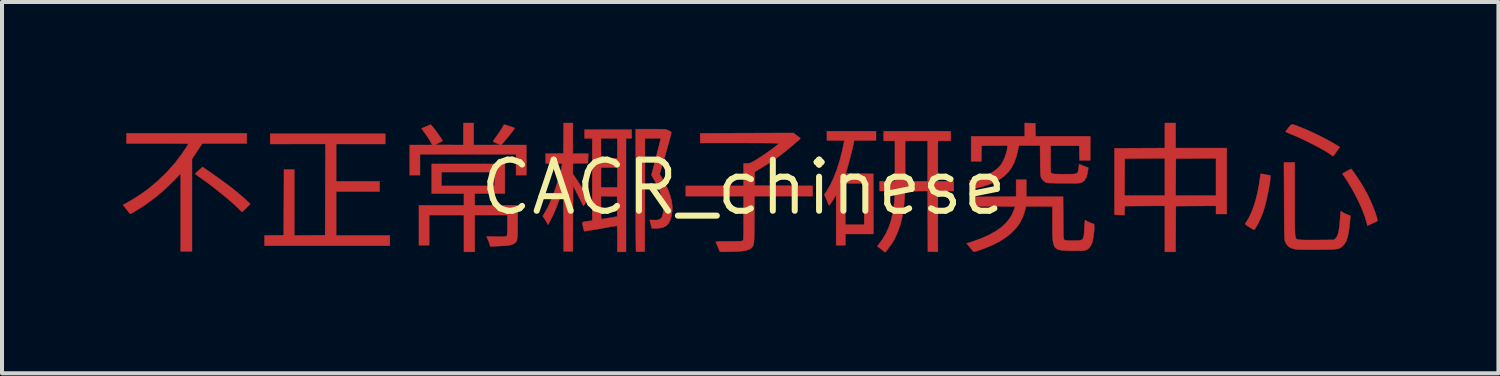
<source format=kicad_pcb>
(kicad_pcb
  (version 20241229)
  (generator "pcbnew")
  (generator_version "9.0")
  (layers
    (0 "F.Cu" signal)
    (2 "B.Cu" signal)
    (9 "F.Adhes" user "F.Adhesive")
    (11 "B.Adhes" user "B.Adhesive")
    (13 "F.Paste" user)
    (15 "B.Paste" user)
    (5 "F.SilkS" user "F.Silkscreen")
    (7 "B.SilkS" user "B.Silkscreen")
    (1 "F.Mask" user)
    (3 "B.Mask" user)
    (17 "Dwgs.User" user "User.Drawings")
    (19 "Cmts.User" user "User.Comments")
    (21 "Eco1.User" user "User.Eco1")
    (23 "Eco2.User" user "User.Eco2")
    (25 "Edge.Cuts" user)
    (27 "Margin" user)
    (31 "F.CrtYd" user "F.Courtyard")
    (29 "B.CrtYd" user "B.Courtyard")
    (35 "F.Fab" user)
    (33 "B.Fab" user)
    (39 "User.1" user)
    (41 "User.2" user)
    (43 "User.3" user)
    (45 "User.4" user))
  (footprint "CACR_chinese"
    (layer "F.Cu")
    (at 15.422 1.606)
    (property "Reference" "CACR_chinese" (at 0 0 0) (layer "F.SilkS") (effects (font (size 1.27 1.27) (thickness 0.15))))
    (attr through_hole)
    (fp_poly (pts (xy -8.903 -1.079) (xy -10.122 -1.079) (xy -10.122 -0.152) (xy -9.042 -0.152) (xy -9.042 0.102) (xy -10.122 0.102) (xy -10.122 1.194) (xy -8.788 1.194) (xy -8.788 1.448) (xy -11.9 1.448) (xy -11.9 1.194) (xy -11.424 1.187) (xy -11.42 0.371) (xy -11.417 -0.445) (xy -11.29 -0.445) (xy -11.163 -0.445) (xy -11.163 1.194) (xy -10.395 1.187) (xy -10.392 0.054) (xy -10.388 -1.08) (xy -11.074 -1.08) (xy -11.76 -1.079) (xy -11.76 -1.333) (xy -8.903 -1.333) (xy -8.903 -1.079)) (stroke (width 0.01) (type solid)) (fill yes) (layer "F.Cu"))
    (fp_poly (pts (xy -13.226 -0.36) (xy -13.042 -0.231) (xy -12.869 -0.105) (xy -12.71 0.016) (xy -12.567 0.131) (xy -12.442 0.237) (xy -12.347 0.323) (xy -12.254 0.411) (xy -12.353 0.51) (xy -12.393 0.55) (xy -12.427 0.582) (xy -12.45 0.602) (xy -12.458 0.608) (xy -12.47 0.599) (xy -12.495 0.576) (xy -12.53 0.542) (xy -12.56 0.512) (xy -12.636 0.44) (xy -12.729 0.357) (xy -12.836 0.266) (xy -12.952 0.17) (xy -13.075 0.072) (xy -13.2 -0.026) (xy -13.323 -0.119) (xy -13.441 -0.205) (xy -13.529 -0.266) (xy -13.57 -0.296) (xy -13.602 -0.321) (xy -13.619 -0.338) (xy -13.621 -0.343) (xy -13.609 -0.355) (xy -13.583 -0.38) (xy -13.547 -0.413) (xy -13.527 -0.43) (xy -13.44 -0.508) (xy -13.226 -0.36)) (stroke (width 0.01) (type solid)) (fill yes) (layer "F.Cu"))
    (fp_poly (pts (xy 10.732 -0.978) (xy 12.002 -0.978) (xy 12.002 0.66) (xy 11.735 0.66) (xy 11.735 0.457) (xy 11.236 0.46) (xy 10.738 0.464) (xy 10.731 1.6) (xy 10.465 1.6) (xy 10.465 0.457) (xy 9.966 0.46) (xy 9.468 0.464) (xy 9.464 0.575) (xy 9.46 0.687) (xy 9.337 0.683) (xy 9.214 0.679) (xy 9.214 0.203) (xy 9.461 0.203) (xy 10.465 0.203) (xy 10.731 0.203) (xy 11.735 0.203) (xy 11.735 -0.724) (xy 11.236 -0.721) (xy 10.738 -0.718) (xy 10.735 -0.257) (xy 10.731 0.203) (xy 10.465 0.203) (xy 10.465 -0.724) (xy 9.966 -0.721) (xy 9.468 -0.718) (xy 9.465 -0.257) (xy 9.461 0.203) (xy 9.214 0.203) (xy 9.214 -0.972) (xy 10.465 -0.978) (xy 10.465 -1.6) (xy 10.732 -1.6) (xy 10.732 -0.978)) (stroke (width 0.01) (type solid)) (fill yes) (layer "F.Cu"))
    (fp_poly (pts (xy 15.122 -0.424) (xy 15.152 -0.385) (xy 15.191 -0.33) (xy 15.235 -0.264) (xy 15.283 -0.193) (xy 15.328 -0.122) (xy 15.369 -0.057) (xy 15.391 -0.021) (xy 15.505 0.189) (xy 15.605 0.403) (xy 15.687 0.613) (xy 15.709 0.68) (xy 15.729 0.742) (xy 15.741 0.785) (xy 15.746 0.813) (xy 15.743 0.83) (xy 15.733 0.84) (xy 15.719 0.848) (xy 15.695 0.859) (xy 15.655 0.878) (xy 15.606 0.9) (xy 15.593 0.906) (xy 15.496 0.951) (xy 15.481 0.885) (xy 15.447 0.767) (xy 15.4 0.633) (xy 15.341 0.489) (xy 15.272 0.338) (xy 15.196 0.186) (xy 15.114 0.036) (xy 15.029 -0.107) (xy 14.978 -0.187) (xy 14.874 -0.342) (xy 14.927 -0.373) (xy 14.973 -0.398) (xy 15.023 -0.425) (xy 15.036 -0.432) (xy 15.093 -0.46) (xy 15.122 -0.424)) (stroke (width 0.01) (type solid)) (fill yes) (layer "F.Cu"))
    (fp_poly (pts (xy 13.662 -1.56) (xy 13.705 -1.546) (xy 13.765 -1.523) (xy 13.817 -1.502) (xy 13.953 -1.446) (xy 14.098 -1.382) (xy 14.246 -1.312) (xy 14.393 -1.239) (xy 14.532 -1.165) (xy 14.658 -1.095) (xy 14.756 -1.036) (xy 14.81 -1.002) (xy 14.762 -0.936) (xy 14.73 -0.892) (xy 14.699 -0.847) (xy 14.682 -0.823) (xy 14.661 -0.794) (xy 14.646 -0.777) (xy 14.643 -0.775) (xy 14.63 -0.782) (xy 14.605 -0.8) (xy 14.596 -0.807) (xy 14.543 -0.845) (xy 14.47 -0.891) (xy 14.381 -0.943) (xy 14.28 -0.999) (xy 14.17 -1.057) (xy 14.055 -1.116) (xy 13.94 -1.172) (xy 13.827 -1.225) (xy 13.72 -1.273) (xy 13.623 -1.313) (xy 13.617 -1.316) (xy 13.56 -1.339) (xy 13.513 -1.36) (xy 13.48 -1.376) (xy 13.465 -1.386) (xy 13.465 -1.387) (xy 13.474 -1.401) (xy 13.495 -1.43) (xy 13.524 -1.468) (xy 13.538 -1.486) (xy 13.566 -1.521) (xy 13.587 -1.545) (xy 13.608 -1.56) (xy 13.631 -1.565) (xy 13.662 -1.56)) (stroke (width 0.01) (type solid)) (fill yes) (layer "F.Cu"))
    (fp_poly (pts (xy 12.858 -0.338) (xy 12.89 -0.334) (xy 12.936 -0.326) (xy 12.967 -0.32) (xy 13.087 -0.297) (xy 13.084 -0.234) (xy 13.076 -0.152) (xy 13.061 -0.052) (xy 13.041 0.061) (xy 13.017 0.181) (xy 12.99 0.302) (xy 12.961 0.419) (xy 12.932 0.525) (xy 12.903 0.615) (xy 12.901 0.619) (xy 12.875 0.689) (xy 12.844 0.762) (xy 12.811 0.834) (xy 12.778 0.902) (xy 12.746 0.961) (xy 12.717 1.009) (xy 12.694 1.041) (xy 12.678 1.053) (xy 12.677 1.053) (xy 12.663 1.046) (xy 12.633 1.029) (xy 12.592 1.003) (xy 12.564 0.986) (xy 12.519 0.957) (xy 12.484 0.933) (xy 12.463 0.915) (xy 12.459 0.91) (xy 12.465 0.895) (xy 12.482 0.866) (xy 12.495 0.847) (xy 12.558 0.741) (xy 12.618 0.613) (xy 12.673 0.467) (xy 12.723 0.306) (xy 12.766 0.133) (xy 12.801 -0.048) (xy 12.816 -0.145) (xy 12.826 -0.211) (xy 12.834 -0.268) (xy 12.841 -0.311) (xy 12.845 -0.335) (xy 12.845 -0.339) (xy 12.858 -0.338)) (stroke (width 0.01) (type solid)) (fill yes) (layer "F.Cu"))
    (fp_poly (pts (xy -12.344 -1.092) (xy -13.448 -1.092) (xy -13.575 -0.899) (xy -13.703 -0.705) (xy -13.703 1.587) (xy -13.983 1.587) (xy -13.983 -0.346) (xy -14.126 -0.196) (xy -14.354 0.027) (xy -14.597 0.234) (xy -14.851 0.423) (xy -15.113 0.59) (xy -15.169 0.622) (xy -15.209 0.644) (xy -15.233 0.654) (xy -15.247 0.653) (xy -15.255 0.643) (xy -15.268 0.625) (xy -15.292 0.592) (xy -15.324 0.55) (xy -15.342 0.528) (xy -15.417 0.433) (xy -15.315 0.38) (xy -15.251 0.344) (xy -15.172 0.296) (xy -15.084 0.24) (xy -14.993 0.181) (xy -14.905 0.12) (xy -14.826 0.064) (xy -14.776 0.026) (xy -14.547 -0.167) (xy -14.331 -0.376) (xy -14.134 -0.597) (xy -13.957 -0.828) (xy -13.858 -0.974) (xy -13.83 -1.019) (xy -13.808 -1.056) (xy -13.795 -1.08) (xy -13.792 -1.085) (xy -13.805 -1.086) (xy -13.84 -1.088) (xy -13.897 -1.089) (xy -13.972 -1.09) (xy -14.064 -1.091) (xy -14.171 -1.091) (xy -14.29 -1.092) (xy -14.418 -1.092) (xy -14.555 -1.092) (xy -15.329 -1.092) (xy -15.329 -1.346) (xy -12.344 -1.346) (xy -12.344 -1.092)) (stroke (width 0.01) (type solid)) (fill yes) (layer "F.Cu"))
    (fp_poly (pts (xy 5.144 -1.156) (xy 4.826 -1.156) (xy 4.826 -0.152) (xy 5.22 -0.152) (xy 5.22 0.089) (xy 4.826 0.089) (xy 4.826 1.601) (xy 4.702 1.597) (xy 4.578 1.594) (xy 4.572 0.088) (xy 4.007 0.095) (xy 3.998 0.278) (xy 3.978 0.507) (xy 3.942 0.726) (xy 3.891 0.93) (xy 3.825 1.119) (xy 3.746 1.289) (xy 3.721 1.334) (xy 3.699 1.368) (xy 3.67 1.412) (xy 3.636 1.459) (xy 3.601 1.507) (xy 3.568 1.551) (xy 3.54 1.586) (xy 3.521 1.607) (xy 3.515 1.612) (xy 3.504 1.604) (xy 3.48 1.584) (xy 3.448 1.558) (xy 3.409 1.527) (xy 3.373 1.499) (xy 3.353 1.484) (xy 3.321 1.463) (xy 3.35 1.427) (xy 3.448 1.29) (xy 3.532 1.151) (xy 3.6 1.006) (xy 3.655 0.852) (xy 3.697 0.685) (xy 3.728 0.501) (xy 3.749 0.299) (xy 3.754 0.232) (xy 3.763 0.089) (xy 3.378 0.089) (xy 3.378 -0.152) (xy 3.759 -0.152) (xy 3.759 -1.156) (xy 4.013 -1.156) (xy 4.013 -0.152) (xy 4.572 -0.152) (xy 4.572 -1.156) (xy 4.013 -1.156) (xy 3.759 -1.156) (xy 3.48 -1.156) (xy 3.48 -1.397) (xy 5.144 -1.397) (xy 5.144 -1.156)) (stroke (width 0.01) (type solid)) (fill yes) (layer "F.Cu"))
    (fp_poly (pts (xy -5.931 0.152) (xy -6.68 0.152) (xy -6.68 0.445) (xy -5.613 0.445) (xy -5.613 0.86) (xy -5.614 0.983) (xy -5.614 1.083) (xy -5.616 1.162) (xy -5.619 1.225) (xy -5.624 1.273) (xy -5.631 1.309) (xy -5.641 1.336) (xy -5.655 1.356) (xy -5.671 1.372) (xy -5.692 1.388) (xy -5.7 1.393) (xy -5.734 1.411) (xy -5.777 1.426) (xy -5.831 1.438) (xy -5.901 1.446) (xy -5.99 1.453) (xy -6.084 1.457) (xy -6.293 1.464) (xy -6.317 1.389) (xy -6.334 1.339) (xy -6.353 1.292) (xy -6.364 1.267) (xy -6.388 1.22) (xy -6.149 1.223) (xy -6.06 1.223) (xy -5.993 1.223) (xy -5.945 1.221) (xy -5.914 1.217) (xy -5.895 1.212) (xy -5.888 1.208) (xy -5.881 1.199) (xy -5.876 1.184) (xy -5.872 1.16) (xy -5.869 1.122) (xy -5.868 1.068) (xy -5.867 0.994) (xy -5.867 0.938) (xy -5.867 0.686) (xy -6.68 0.686) (xy -6.68 1.6) (xy -6.947 1.6) (xy -6.947 0.686) (xy -7.811 0.686) (xy -7.811 1.435) (xy -8.065 1.435) (xy -8.065 0.445) (xy -6.947 0.445) (xy -6.947 0.152) (xy -7.747 0.152) (xy -7.747 -0.381) (xy -7.506 -0.381) (xy -7.506 -0.038) (xy -6.185 -0.038) (xy -6.185 -0.381) (xy -7.506 -0.381) (xy -7.747 -0.381) (xy -7.747 -0.584) (xy -5.931 -0.584) (xy -5.931 0.152)) (stroke (width 0.01) (type solid)) (fill yes) (layer "F.Cu"))
    (fp_poly (pts (xy -4.242 -0.838) (xy -4.051 -0.838) (xy -3.86 -0.838) (xy -3.863 -0.721) (xy -3.867 -0.603) (xy -4.054 -0.6) (xy -4.242 -0.596) (xy -4.242 -0.336) (xy -4.182 -0.248) (xy -4.124 -0.161) (xy -4.068 -0.076) (xy -4.016 0.007) (xy -3.968 0.084) (xy -3.926 0.152) (xy -3.893 0.209) (xy -3.87 0.251) (xy -3.858 0.277) (xy -3.857 0.284) (xy -3.868 0.301) (xy -3.889 0.332) (xy -3.917 0.372) (xy -3.922 0.379) (xy -3.979 0.46) (xy -4.235 -0.044) (xy -4.239 0.772) (xy -4.242 1.587) (xy -4.47 1.587) (xy -4.477 -0.006) (xy -4.532 0.165) (xy -4.595 0.348) (xy -4.661 0.52) (xy -4.729 0.677) (xy -4.784 0.789) (xy -4.855 0.927) (xy -4.899 0.854) (xy -4.925 0.81) (xy -4.951 0.77) (xy -4.967 0.747) (xy -4.991 0.712) (xy -4.948 0.645) (xy -4.888 0.539) (xy -4.825 0.412) (xy -4.763 0.267) (xy -4.702 0.107) (xy -4.644 -0.063) (xy -4.59 -0.241) (xy -4.547 -0.4) (xy -4.532 -0.461) (xy -4.52 -0.514) (xy -4.512 -0.553) (xy -4.509 -0.574) (xy -4.509 -0.575) (xy -4.511 -0.583) (xy -4.519 -0.589) (xy -4.537 -0.593) (xy -4.569 -0.595) (xy -4.618 -0.597) (xy -4.688 -0.597) (xy -4.712 -0.597) (xy -4.915 -0.597) (xy -4.915 -0.838) (xy -4.696 -0.841) (xy -4.477 -0.845) (xy -4.473 -1.222) (xy -4.47 -1.6) (xy -4.242 -1.6) (xy -4.242 -0.838)) (stroke (width 0.01) (type solid)) (fill yes) (layer "F.Cu"))
    (fp_poly (pts (xy 3.289 -1.168) (xy 3.018 -1.168) (xy 2.746 -1.168) (xy 2.738 -1.121) (xy 2.729 -1.079) (xy 2.715 -1.018) (xy 2.697 -0.942) (xy 2.677 -0.858) (xy 2.654 -0.77) (xy 2.632 -0.684) (xy 2.611 -0.604) (xy 2.592 -0.537) (xy 2.579 -0.491) (xy 2.563 -0.437) (xy 2.55 -0.393) (xy 2.542 -0.363) (xy 2.54 -0.354) (xy 2.552 -0.351) (xy 2.586 -0.348) (xy 2.64 -0.346) (xy 2.708 -0.343) (xy 2.789 -0.341) (xy 2.879 -0.34) (xy 2.88 -0.34) (xy 3.219 -0.337) (xy 3.223 0.41) (xy 3.226 1.156) (xy 2.527 1.156) (xy 2.527 1.435) (xy 2.299 1.435) (xy 2.299 0.184) (xy 2.253 0.26) (xy 2.21 0.329) (xy 2.173 0.385) (xy 2.145 0.423) (xy 2.126 0.443) (xy 2.122 0.445) (xy 2.111 0.434) (xy 2.102 0.41) (xy 2.093 0.383) (xy 2.076 0.341) (xy 2.055 0.292) (xy 2.049 0.278) (xy 2.004 0.18) (xy 2.054 0.106) (xy 2.147 -0.051) (xy 2.172 -0.102) (xy 2.527 -0.102) (xy 2.527 0.927) (xy 2.997 0.927) (xy 2.997 -0.102) (xy 2.527 -0.102) (xy 2.172 -0.102) (xy 2.234 -0.231) (xy 2.313 -0.432) (xy 2.384 -0.652) (xy 2.445 -0.891) (xy 2.469 -1) (xy 2.482 -1.06) (xy 2.492 -1.11) (xy 2.499 -1.146) (xy 2.502 -1.162) (xy 2.502 -1.162) (xy 2.49 -1.164) (xy 2.457 -1.166) (xy 2.406 -1.167) (xy 2.343 -1.168) (xy 2.286 -1.168) (xy 2.07 -1.168) (xy 2.07 -1.397) (xy 3.289 -1.397) (xy 3.289 -1.168)) (stroke (width 0.01) (type solid)) (fill yes) (layer "F.Cu"))
    (fp_poly (pts (xy -2.781 -1.219) (xy -2.921 -1.219) (xy -2.921 1.6) (xy -3.137 1.6) (xy -3.137 1.276) (xy -3.137 1.166) (xy -3.139 1.08) (xy -3.141 1.017) (xy -3.144 0.976) (xy -3.148 0.955) (xy -3.151 0.953) (xy -3.168 0.955) (xy -3.205 0.961) (xy -3.257 0.969) (xy -3.319 0.98) (xy -3.338 0.984) (xy -3.46 1.006) (xy -3.573 1.026) (xy -3.677 1.044) (xy -3.768 1.059) (xy -3.844 1.071) (xy -3.903 1.081) (xy -3.942 1.086) (xy -3.959 1.087) (xy -3.959 1.087) (xy -3.964 1.073) (xy -3.973 1.041) (xy -3.984 0.996) (xy -3.989 0.977) (xy -4.001 0.917) (xy -4.005 0.878) (xy -4.001 0.864) (xy -3.983 0.859) (xy -3.947 0.851) (xy -3.898 0.843) (xy -3.874 0.84) (xy -3.759 0.823) (xy -3.759 0.501) (xy -3.543 0.501) (xy -3.543 0.598) (xy -3.542 0.672) (xy -3.54 0.726) (xy -3.537 0.761) (xy -3.533 0.781) (xy -3.528 0.787) (xy -3.527 0.787) (xy -3.51 0.785) (xy -3.472 0.779) (xy -3.419 0.771) (xy -3.356 0.76) (xy -3.327 0.756) (xy -3.262 0.745) (xy -3.207 0.735) (xy -3.166 0.728) (xy -3.143 0.724) (xy -3.14 0.724) (xy -3.139 0.712) (xy -3.138 0.678) (xy -3.138 0.627) (xy -3.139 0.562) (xy -3.14 0.486) (xy -3.14 0.473) (xy -3.143 0.222) (xy -3.343 0.219) (xy -3.543 0.215) (xy -3.543 0.501) (xy -3.759 0.501) (xy -3.759 -0.495) (xy -3.543 -0.495) (xy -3.543 0) (xy -3.137 0) (xy -3.137 -0.495) (xy -3.543 -0.495) (xy -3.759 -0.495) (xy -3.759 -1.219) (xy -3.543 -1.219) (xy -3.543 -0.724) (xy -3.137 -0.724) (xy -3.137 -1.219) (xy -3.543 -1.219) (xy -3.759 -1.219) (xy -3.95 -1.219) (xy -3.95 -1.435) (xy -2.781 -1.435) (xy -2.781 -1.219)) (stroke (width 0.01) (type solid)) (fill yes) (layer "F.Cu"))
    (fp_poly (pts (xy -6.706 -1.054) (xy -6.375 -1.054) (xy -6.287 -1.054) (xy -6.207 -1.055) (xy -6.14 -1.055) (xy -6.088 -1.056) (xy -6.056 -1.057) (xy -6.045 -1.058) (xy -6.056 -1.065) (xy -6.085 -1.078) (xy -6.126 -1.095) (xy -6.134 -1.099) (xy -6.177 -1.117) (xy -6.208 -1.133) (xy -6.223 -1.144) (xy -6.223 -1.145) (xy -6.216 -1.159) (xy -6.197 -1.189) (xy -6.169 -1.228) (xy -6.148 -1.256) (xy -6.106 -1.315) (xy -6.061 -1.382) (xy -6.021 -1.443) (xy -6.012 -1.457) (xy -5.985 -1.501) (xy -5.964 -1.536) (xy -5.951 -1.557) (xy -5.948 -1.56) (xy -5.936 -1.558) (xy -5.906 -1.55) (xy -5.863 -1.537) (xy -5.815 -1.522) (xy -5.768 -1.506) (xy -5.726 -1.491) (xy -5.697 -1.48) (xy -5.687 -1.475) (xy -5.692 -1.463) (xy -5.711 -1.434) (xy -5.741 -1.393) (xy -5.781 -1.341) (xy -5.828 -1.283) (xy -5.879 -1.22) (xy -5.932 -1.157) (xy -5.954 -1.132) (xy -6.022 -1.054) (xy -5.71 -1.054) (xy -5.397 -1.054) (xy -5.397 -0.305) (xy -5.652 -0.305) (xy -5.652 -0.826) (xy -8.039 -0.826) (xy -8.039 -0.305) (xy -8.293 -0.305) (xy -8.293 -1.054) (xy -7.733 -1.054) (xy -7.78 -1.142) (xy -7.808 -1.19) (xy -7.847 -1.25) (xy -7.889 -1.311) (xy -7.915 -1.347) (xy -7.949 -1.393) (xy -7.976 -1.431) (xy -7.993 -1.457) (xy -7.998 -1.467) (xy -7.986 -1.472) (xy -7.955 -1.485) (xy -7.912 -1.503) (xy -7.884 -1.515) (xy -7.773 -1.561) (xy -7.715 -1.495) (xy -7.689 -1.464) (xy -7.657 -1.421) (xy -7.62 -1.371) (xy -7.582 -1.317) (xy -7.546 -1.265) (xy -7.515 -1.219) (xy -7.493 -1.183) (xy -7.481 -1.161) (xy -7.48 -1.158) (xy -7.491 -1.148) (xy -7.52 -1.132) (xy -7.561 -1.111) (xy -7.579 -1.102) (xy -7.677 -1.057) (xy -7.318 -1.055) (xy -6.96 -1.054) (xy -6.96 -1.6) (xy -6.706 -1.6) (xy -6.706 -1.054)) (stroke (width 0.01) (type solid)) (fill yes) (layer "F.Cu"))
    (fp_poly (pts (xy 13.691 0.293) (xy 13.691 0.473) (xy 13.691 0.63) (xy 13.691 0.765) (xy 13.691 0.88) (xy 13.692 0.976) (xy 13.694 1.056) (xy 13.697 1.12) (xy 13.7 1.17) (xy 13.705 1.209) (xy 13.71 1.238) (xy 13.717 1.259) (xy 13.726 1.273) (xy 13.736 1.282) (xy 13.748 1.287) (xy 13.762 1.292) (xy 13.776 1.296) (xy 13.806 1.3) (xy 13.862 1.304) (xy 13.942 1.306) (xy 14.048 1.307) (xy 14.179 1.306) (xy 14.245 1.306) (xy 14.667 1.302) (xy 14.706 1.264) (xy 14.738 1.223) (xy 14.763 1.164) (xy 14.784 1.086) (xy 14.799 0.987) (xy 14.809 0.892) (xy 14.814 0.821) (xy 14.82 0.753) (xy 14.825 0.696) (xy 14.828 0.655) (xy 14.829 0.652) (xy 14.835 0.586) (xy 14.881 0.617) (xy 14.918 0.639) (xy 14.967 0.662) (xy 15 0.675) (xy 15.074 0.702) (xy 15.068 0.779) (xy 15.054 0.927) (xy 15.038 1.052) (xy 15.021 1.156) (xy 15 1.242) (xy 14.977 1.313) (xy 14.949 1.371) (xy 14.916 1.419) (xy 14.878 1.458) (xy 14.854 1.478) (xy 14.832 1.495) (xy 14.809 1.508) (xy 14.783 1.519) (xy 14.75 1.527) (xy 14.708 1.533) (xy 14.654 1.538) (xy 14.586 1.541) (xy 14.501 1.542) (xy 14.396 1.544) (xy 14.269 1.545) (xy 14.243 1.545) (xy 14.109 1.546) (xy 13.999 1.546) (xy 13.908 1.545) (xy 13.836 1.544) (xy 13.779 1.541) (xy 13.734 1.538) (xy 13.7 1.534) (xy 13.68 1.53) (xy 13.596 1.504) (xy 13.531 1.464) (xy 13.484 1.408) (xy 13.453 1.347) (xy 13.449 1.334) (xy 13.445 1.319) (xy 13.442 1.299) (xy 13.439 1.272) (xy 13.437 1.238) (xy 13.435 1.193) (xy 13.433 1.137) (xy 13.432 1.067) (xy 13.431 0.981) (xy 13.43 0.879) (xy 13.429 0.757) (xy 13.428 0.615) (xy 13.427 0.45) (xy 13.427 0.333) (xy 13.423 -0.622) (xy 13.691 -0.622) (xy 13.691 0.293)) (stroke (width 0.01) (type solid)) (fill yes) (layer "F.Cu"))
    (fp_poly (pts (xy -2.197 -1.448) (xy -2.112 -1.447) (xy -2.046 -1.447) (xy -1.996 -1.445) (xy -1.959 -1.443) (xy -1.931 -1.44) (xy -1.91 -1.435) (xy -1.892 -1.428) (xy -1.875 -1.42) (xy -1.867 -1.416) (xy -1.831 -1.397) (xy -1.805 -1.38) (xy -1.797 -1.372) (xy -1.797 -1.361) (xy -1.802 -1.334) (xy -1.812 -1.29) (xy -1.827 -1.23) (xy -1.849 -1.15) (xy -1.877 -1.051) (xy -1.911 -0.93) (xy -1.952 -0.788) (xy -1.996 -0.638) (xy -2.086 -0.33) (xy -2.035 -0.245) (xy -1.943 -0.08) (xy -1.872 0.072) (xy -1.82 0.213) (xy -1.787 0.345) (xy -1.772 0.47) (xy -1.775 0.589) (xy -1.777 0.61) (xy -1.797 0.727) (xy -1.826 0.821) (xy -1.866 0.895) (xy -1.918 0.95) (xy -1.985 0.987) (xy -2.067 1.008) (xy -2.166 1.016) (xy -2.177 1.016) (xy -2.28 1.016) (xy -2.301 0.93) (xy -2.312 0.884) (xy -2.323 0.846) (xy -2.33 0.824) (xy -2.331 0.814) (xy -2.322 0.809) (xy -2.297 0.808) (xy -2.252 0.809) (xy -2.239 0.81) (xy -2.161 0.811) (xy -2.101 0.8) (xy -2.058 0.776) (xy -2.027 0.735) (xy -2.007 0.675) (xy -1.993 0.593) (xy -1.992 0.586) (xy -1.989 0.458) (xy -2.008 0.32) (xy -2.051 0.171) (xy -2.116 0.012) (xy -2.203 -0.158) (xy -2.274 -0.276) (xy -2.282 -0.293) (xy -2.284 -0.313) (xy -2.279 -0.344) (xy -2.268 -0.391) (xy -2.263 -0.409) (xy -2.253 -0.448) (xy -2.238 -0.505) (xy -2.219 -0.577) (xy -2.198 -0.659) (xy -2.176 -0.747) (xy -2.153 -0.837) (xy -2.13 -0.924) (xy -2.109 -1.006) (xy -2.091 -1.077) (xy -2.077 -1.134) (xy -2.068 -1.173) (xy -2.065 -1.184) (xy -2.057 -1.219) (xy -2.254 -1.219) (xy -2.451 -1.219) (xy -2.454 0.187) (xy -2.457 1.594) (xy -2.56 1.597) (xy -2.608 1.598) (xy -2.647 1.597) (xy -2.669 1.593) (xy -2.671 1.592) (xy -2.672 1.579) (xy -2.673 1.541) (xy -2.674 1.481) (xy -2.675 1.401) (xy -2.676 1.302) (xy -2.677 1.185) (xy -2.678 1.051) (xy -2.678 0.904) (xy -2.679 0.744) (xy -2.679 0.572) (xy -2.679 0.391) (xy -2.68 0.201) (xy -2.68 0.068) (xy -2.68 -1.448) (xy -2.305 -1.448) (xy -2.197 -1.448)) (stroke (width 0.01) (type solid)) (fill yes) (layer "F.Cu"))
    (fp_poly (pts (xy 7.023 0.229) (xy 7.936 0.229) (xy 7.94 0.757) (xy 7.941 0.886) (xy 7.942 0.993) (xy 7.943 1.079) (xy 7.944 1.147) (xy 7.946 1.199) (xy 7.948 1.237) (xy 7.951 1.263) (xy 7.955 1.281) (xy 7.959 1.292) (xy 7.964 1.299) (xy 7.969 1.303) (xy 7.985 1.31) (xy 8.014 1.315) (xy 8.059 1.319) (xy 8.122 1.32) (xy 8.192 1.321) (xy 8.271 1.321) (xy 8.332 1.318) (xy 8.378 1.31) (xy 8.411 1.294) (xy 8.433 1.267) (xy 8.447 1.226) (xy 8.456 1.168) (xy 8.462 1.09) (xy 8.466 0.994) (xy 8.47 0.929) (xy 8.474 0.875) (xy 8.478 0.835) (xy 8.482 0.815) (xy 8.483 0.813) (xy 8.498 0.819) (xy 8.518 0.832) (xy 8.545 0.847) (xy 8.586 0.865) (xy 8.626 0.882) (xy 8.706 0.912) (xy 8.71 0.987) (xy 8.709 1.046) (xy 8.703 1.121) (xy 8.692 1.202) (xy 8.679 1.282) (xy 8.664 1.351) (xy 8.652 1.39) (xy 8.617 1.459) (xy 8.569 1.515) (xy 8.511 1.553) (xy 8.485 1.562) (xy 8.447 1.568) (xy 8.386 1.572) (xy 8.301 1.573) (xy 8.191 1.573) (xy 8.148 1.573) (xy 8.045 1.571) (xy 7.958 1.567) (xy 7.886 1.56) (xy 7.827 1.547) (xy 7.78 1.527) (xy 7.743 1.497) (xy 7.716 1.455) (xy 7.697 1.399) (xy 7.684 1.328) (xy 7.676 1.24) (xy 7.672 1.131) (xy 7.671 1.001) (xy 7.671 0.867) (xy 7.671 0.47) (xy 7.015 0.47) (xy 6.987 0.581) (xy 6.938 0.734) (xy 6.865 0.876) (xy 6.771 1.008) (xy 6.653 1.131) (xy 6.512 1.244) (xy 6.348 1.347) (xy 6.161 1.442) (xy 5.95 1.527) (xy 5.91 1.541) (xy 5.837 1.566) (xy 5.783 1.583) (xy 5.746 1.592) (xy 5.721 1.595) (xy 5.704 1.59) (xy 5.692 1.58) (xy 5.687 1.572) (xy 5.669 1.548) (xy 5.641 1.512) (xy 5.607 1.472) (xy 5.603 1.467) (xy 5.539 1.392) (xy 5.7 1.34) (xy 5.913 1.263) (xy 6.102 1.178) (xy 6.266 1.086) (xy 6.407 0.986) (xy 6.523 0.877) (xy 6.616 0.761) (xy 6.664 0.68) (xy 6.68 0.645) (xy 6.699 0.6) (xy 6.718 0.554) (xy 6.733 0.512) (xy 6.742 0.483) (xy 6.744 0.474) (xy 6.731 0.473) (xy 6.697 0.472) (xy 6.642 0.472) (xy 6.57 0.471) (xy 6.483 0.47) (xy 6.385 0.47) (xy 6.278 0.47) (xy 6.254 0.47) (xy 5.765 0.47) (xy 5.772 0.235) (xy 6.271 0.232) (xy 6.769 0.228) (xy 6.769 -0.191) (xy 7.023 -0.191) (xy 7.023 0.229)) (stroke (width 0.01) (type solid)) (fill yes) (layer "F.Cu"))
    (fp_poly (pts (xy 1.321 -1.29) (xy 1.36 -1.26) (xy 1.391 -1.237) (xy 1.408 -1.223) (xy 1.41 -1.222) (xy 1.405 -1.212) (xy 1.385 -1.191) (xy 1.37 -1.177) (xy 1.342 -1.153) (xy 1.301 -1.117) (xy 1.252 -1.074) (xy 1.2 -1.029) (xy 1.198 -1.028) (xy 1.03 -0.888) (xy 0.853 -0.755) (xy 0.661 -0.623) (xy 0.449 -0.49) (xy 0.445 -0.488) (xy 0.273 -0.384) (xy 0.273 -0.044) (xy 0.994 -0.041) (xy 1.714 -0.038) (xy 1.714 0.216) (xy 0.267 0.216) (xy 0.266 0.791) (xy 0.266 0.934) (xy 0.265 1.055) (xy 0.264 1.154) (xy 0.263 1.236) (xy 0.26 1.301) (xy 0.257 1.352) (xy 0.252 1.391) (xy 0.245 1.421) (xy 0.237 1.444) (xy 0.228 1.463) (xy 0.216 1.479) (xy 0.208 1.488) (xy 0.177 1.516) (xy 0.139 1.539) (xy 0.091 1.557) (xy 0.03 1.571) (xy -0.047 1.582) (xy -0.142 1.59) (xy -0.258 1.595) (xy -0.314 1.596) (xy -0.408 1.599) (xy -0.479 1.6) (xy -0.53 1.599) (xy -0.565 1.598) (xy -0.586 1.595) (xy -0.595 1.59) (xy -0.597 1.586) (xy -0.602 1.567) (xy -0.615 1.531) (xy -0.634 1.486) (xy -0.642 1.467) (xy -0.663 1.42) (xy -0.681 1.381) (xy -0.691 1.357) (xy -0.693 1.352) (xy -0.683 1.348) (xy -0.647 1.345) (xy -0.587 1.342) (xy -0.503 1.34) (xy -0.394 1.34) (xy -0.371 1.34) (xy -0.265 1.34) (xy -0.183 1.339) (xy -0.121 1.337) (xy -0.076 1.334) (xy -0.046 1.331) (xy -0.028 1.326) (xy -0.021 1.322) (xy -0.016 1.316) (xy -0.012 1.306) (xy -0.008 1.288) (xy -0.006 1.262) (xy -0.004 1.224) (xy -0.002 1.172) (xy -0.001 1.105) (xy -0.000424 1.019) (xy -0.000104 0.913) (xy -0.000002 0.785) (xy 0 0.76) (xy 0 0.216) (xy -1.435 0.216) (xy -1.435 -0.038) (xy 0 -0.038) (xy 0 -0.597) (xy 0.08 -0.597) (xy 0.118 -0.598) (xy 0.149 -0.603) (xy 0.18 -0.613) (xy 0.219 -0.632) (xy 0.271 -0.662) (xy 0.276 -0.665) (xy 0.344 -0.707) (xy 0.418 -0.754) (xy 0.496 -0.805) (xy 0.573 -0.858) (xy 0.647 -0.911) (xy 0.716 -0.96) (xy 0.776 -1.005) (xy 0.825 -1.044) (xy 0.859 -1.073) (xy 0.875 -1.092) (xy 0.876 -1.095) (xy 0.864 -1.097) (xy 0.828 -1.098) (xy 0.771 -1.1) (xy 0.694 -1.101) (xy 0.599 -1.102) (xy 0.489 -1.103) (xy 0.365 -1.104) (xy 0.229 -1.104) (xy 0.083 -1.105) (xy -0.071 -1.105) (xy -0.102 -1.105) (xy -1.079 -1.105) (xy -1.079 -1.345) (xy 1.238 -1.353) (xy 1.321 -1.29)) (stroke (width 0.01) (type solid)) (fill yes) (layer "F.Cu"))
    (fp_poly (pts (xy 7.115 -1.597) (xy 7.245 -1.594) (xy 7.252 -1.27) (xy 8.611 -1.27) (xy 8.611 -0.673) (xy 8.345 -0.673) (xy 8.341 -0.854) (xy 8.338 -1.035) (xy 7.626 -1.035) (xy 7.626 -0.701) (xy 7.626 -0.6) (xy 7.627 -0.521) (xy 7.628 -0.462) (xy 7.63 -0.419) (xy 7.632 -0.389) (xy 7.636 -0.37) (xy 7.641 -0.358) (xy 7.648 -0.351) (xy 7.651 -0.348) (xy 7.664 -0.342) (xy 7.687 -0.338) (xy 7.723 -0.334) (xy 7.775 -0.332) (xy 7.845 -0.331) (xy 7.937 -0.33) (xy 7.97 -0.33) (xy 8.07 -0.33) (xy 8.148 -0.331) (xy 8.206 -0.334) (xy 8.249 -0.34) (xy 8.277 -0.351) (xy 8.296 -0.368) (xy 8.307 -0.391) (xy 8.315 -0.424) (xy 8.32 -0.466) (xy 8.322 -0.479) (xy 8.329 -0.526) (xy 8.335 -0.562) (xy 8.338 -0.581) (xy 8.339 -0.582) (xy 8.35 -0.579) (xy 8.371 -0.567) (xy 8.399 -0.553) (xy 8.441 -0.535) (xy 8.482 -0.52) (xy 8.562 -0.491) (xy 8.554 -0.422) (xy 8.534 -0.317) (xy 8.506 -0.235) (xy 8.467 -0.174) (xy 8.417 -0.134) (xy 8.401 -0.125) (xy 8.383 -0.118) (xy 8.365 -0.113) (xy 8.343 -0.109) (xy 8.313 -0.106) (xy 8.274 -0.104) (xy 8.221 -0.103) (xy 8.152 -0.103) (xy 8.065 -0.103) (xy 7.955 -0.104) (xy 7.941 -0.104) (xy 7.829 -0.105) (xy 7.739 -0.106) (xy 7.67 -0.108) (xy 7.616 -0.109) (xy 7.577 -0.112) (xy 7.547 -0.115) (xy 7.526 -0.12) (xy 7.509 -0.125) (xy 7.494 -0.133) (xy 7.483 -0.139) (xy 7.431 -0.182) (xy 7.401 -0.228) (xy 7.393 -0.245) (xy 7.386 -0.263) (xy 7.381 -0.285) (xy 7.377 -0.313) (xy 7.374 -0.351) (xy 7.372 -0.402) (xy 7.371 -0.469) (xy 7.369 -0.555) (xy 7.368 -0.664) (xy 7.368 -0.664) (xy 7.364 -1.041) (xy 7.1 -1.041) (xy 6.837 -1.041) (xy 6.815 -0.93) (xy 6.775 -0.765) (xy 6.722 -0.618) (xy 6.655 -0.489) (xy 6.572 -0.377) (xy 6.472 -0.279) (xy 6.353 -0.195) (xy 6.215 -0.122) (xy 6.054 -0.059) (xy 5.919 -0.018) (xy 5.859 -0.002) (xy 5.807 0.012) (xy 5.768 0.021) (xy 5.748 0.025) (xy 5.747 0.025) (xy 5.732 0.015) (xy 5.715 -0.011) (xy 5.713 -0.016) (xy 5.694 -0.05) (xy 5.666 -0.092) (xy 5.648 -0.116) (xy 5.603 -0.175) (xy 5.726 -0.203) (xy 5.898 -0.25) (xy 6.048 -0.307) (xy 6.176 -0.375) (xy 6.284 -0.453) (xy 6.313 -0.479) (xy 6.362 -0.528) (xy 6.399 -0.574) (xy 6.431 -0.627) (xy 6.458 -0.679) (xy 6.49 -0.755) (xy 6.518 -0.835) (xy 6.539 -0.912) (xy 6.551 -0.978) (xy 6.553 -1.009) (xy 6.553 -1.042) (xy 6.233 -1.038) (xy 5.912 -1.035) (xy 5.905 -0.648) (xy 5.652 -0.648) (xy 5.652 -1.27) (xy 6.985 -1.27) (xy 6.985 -1.601) (xy 7.115 -1.597)) (stroke (width 0.01) (type solid)) (fill yes) (layer "F.Cu"))
    (fp_poly (pts (xy -8.903 -1.079) (xy -10.122 -1.079) (xy -10.122 -0.152) (xy -9.042 -0.152) (xy -9.042 0.102) (xy -10.122 0.102) (xy -10.122 1.194) (xy -8.788 1.194) (xy -8.788 1.448) (xy -11.9 1.448) (xy -11.9 1.194) (xy -11.424 1.187) (xy -11.42 0.371) (xy -11.417 -0.445) (xy -11.29 -0.445) (xy -11.163 -0.445) (xy -11.163 1.194) (xy -10.395 1.187) (xy -10.392 0.054) (xy -10.388 -1.08) (xy -11.074 -1.08) (xy -11.76 -1.079) (xy -11.76 -1.333) (xy -8.903 -1.333) (xy -8.903 -1.079)) (stroke (width 0.01) (type solid)) (fill yes) (layer "F.Mask"))
    (fp_poly (pts (xy -13.226 -0.36) (xy -13.042 -0.231) (xy -12.869 -0.105) (xy -12.71 0.016) (xy -12.567 0.131) (xy -12.442 0.237) (xy -12.347 0.323) (xy -12.254 0.411) (xy -12.353 0.51) (xy -12.393 0.55) (xy -12.427 0.582) (xy -12.45 0.602) (xy -12.458 0.608) (xy -12.47 0.599) (xy -12.495 0.576) (xy -12.53 0.542) (xy -12.56 0.512) (xy -12.636 0.44) (xy -12.729 0.357) (xy -12.836 0.266) (xy -12.952 0.17) (xy -13.075 0.072) (xy -13.2 -0.026) (xy -13.323 -0.119) (xy -13.441 -0.205) (xy -13.529 -0.266) (xy -13.57 -0.296) (xy -13.602 -0.321) (xy -13.619 -0.338) (xy -13.621 -0.343) (xy -13.609 -0.355) (xy -13.583 -0.38) (xy -13.547 -0.413) (xy -13.527 -0.43) (xy -13.44 -0.508) (xy -13.226 -0.36)) (stroke (width 0.01) (type solid)) (fill yes) (layer "F.Mask"))
    (fp_poly (pts (xy 10.732 -0.978) (xy 12.002 -0.978) (xy 12.002 0.66) (xy 11.735 0.66) (xy 11.735 0.457) (xy 11.236 0.46) (xy 10.738 0.464) (xy 10.731 1.6) (xy 10.465 1.6) (xy 10.465 0.457) (xy 9.966 0.46) (xy 9.468 0.464) (xy 9.464 0.575) (xy 9.46 0.687) (xy 9.337 0.683) (xy 9.214 0.679) (xy 9.214 0.203) (xy 9.461 0.203) (xy 10.465 0.203) (xy 10.731 0.203) (xy 11.735 0.203) (xy 11.735 -0.724) (xy 11.236 -0.721) (xy 10.738 -0.718) (xy 10.735 -0.257) (xy 10.731 0.203) (xy 10.465 0.203) (xy 10.465 -0.724) (xy 9.966 -0.721) (xy 9.468 -0.718) (xy 9.465 -0.257) (xy 9.461 0.203) (xy 9.214 0.203) (xy 9.214 -0.972) (xy 10.465 -0.978) (xy 10.465 -1.6) (xy 10.732 -1.6) (xy 10.732 -0.978)) (stroke (width 0.01) (type solid)) (fill yes) (layer "F.Mask"))
    (fp_poly (pts (xy 15.122 -0.424) (xy 15.152 -0.385) (xy 15.191 -0.33) (xy 15.235 -0.264) (xy 15.283 -0.193) (xy 15.328 -0.122) (xy 15.369 -0.057) (xy 15.391 -0.021) (xy 15.505 0.189) (xy 15.605 0.403) (xy 15.687 0.613) (xy 15.709 0.68) (xy 15.729 0.742) (xy 15.741 0.785) (xy 15.746 0.813) (xy 15.743 0.83) (xy 15.733 0.84) (xy 15.719 0.848) (xy 15.695 0.859) (xy 15.655 0.878) (xy 15.606 0.9) (xy 15.593 0.906) (xy 15.496 0.951) (xy 15.481 0.885) (xy 15.447 0.767) (xy 15.4 0.633) (xy 15.341 0.489) (xy 15.272 0.338) (xy 15.196 0.186) (xy 15.114 0.036) (xy 15.029 -0.107) (xy 14.978 -0.187) (xy 14.874 -0.342) (xy 14.927 -0.373) (xy 14.973 -0.398) (xy 15.023 -0.425) (xy 15.036 -0.432) (xy 15.093 -0.46) (xy 15.122 -0.424)) (stroke (width 0.01) (type solid)) (fill yes) (layer "F.Mask"))
    (fp_poly (pts (xy 13.662 -1.56) (xy 13.705 -1.546) (xy 13.765 -1.523) (xy 13.817 -1.502) (xy 13.953 -1.446) (xy 14.098 -1.382) (xy 14.246 -1.312) (xy 14.393 -1.239) (xy 14.532 -1.165) (xy 14.658 -1.095) (xy 14.756 -1.036) (xy 14.81 -1.002) (xy 14.762 -0.936) (xy 14.73 -0.892) (xy 14.699 -0.847) (xy 14.682 -0.823) (xy 14.661 -0.794) (xy 14.646 -0.777) (xy 14.643 -0.775) (xy 14.63 -0.782) (xy 14.605 -0.8) (xy 14.596 -0.807) (xy 14.543 -0.845) (xy 14.47 -0.891) (xy 14.381 -0.943) (xy 14.28 -0.999) (xy 14.17 -1.057) (xy 14.055 -1.116) (xy 13.94 -1.172) (xy 13.827 -1.225) (xy 13.72 -1.273) (xy 13.623 -1.313) (xy 13.617 -1.316) (xy 13.56 -1.339) (xy 13.513 -1.36) (xy 13.48 -1.376) (xy 13.465 -1.386) (xy 13.465 -1.387) (xy 13.474 -1.401) (xy 13.495 -1.43) (xy 13.524 -1.468) (xy 13.538 -1.486) (xy 13.566 -1.521) (xy 13.587 -1.545) (xy 13.608 -1.56) (xy 13.631 -1.565) (xy 13.662 -1.56)) (stroke (width 0.01) (type solid)) (fill yes) (layer "F.Mask"))
    (fp_poly (pts (xy 12.858 -0.338) (xy 12.89 -0.334) (xy 12.936 -0.326) (xy 12.967 -0.32) (xy 13.087 -0.297) (xy 13.084 -0.234) (xy 13.076 -0.152) (xy 13.061 -0.052) (xy 13.041 0.061) (xy 13.017 0.181) (xy 12.99 0.302) (xy 12.961 0.419) (xy 12.932 0.525) (xy 12.903 0.615) (xy 12.901 0.619) (xy 12.875 0.689) (xy 12.844 0.762) (xy 12.811 0.834) (xy 12.778 0.902) (xy 12.746 0.961) (xy 12.717 1.009) (xy 12.694 1.041) (xy 12.678 1.053) (xy 12.677 1.053) (xy 12.663 1.046) (xy 12.633 1.029) (xy 12.592 1.003) (xy 12.564 0.986) (xy 12.519 0.957) (xy 12.484 0.933) (xy 12.463 0.915) (xy 12.459 0.91) (xy 12.465 0.895) (xy 12.482 0.866) (xy 12.495 0.847) (xy 12.558 0.741) (xy 12.618 0.613) (xy 12.673 0.467) (xy 12.723 0.306) (xy 12.766 0.133) (xy 12.801 -0.048) (xy 12.816 -0.145) (xy 12.826 -0.211) (xy 12.834 -0.268) (xy 12.841 -0.311) (xy 12.845 -0.335) (xy 12.845 -0.339) (xy 12.858 -0.338)) (stroke (width 0.01) (type solid)) (fill yes) (layer "F.Mask"))
    (fp_poly (pts (xy -12.344 -1.092) (xy -13.448 -1.092) (xy -13.575 -0.899) (xy -13.703 -0.705) (xy -13.703 1.587) (xy -13.983 1.587) (xy -13.983 -0.346) (xy -14.126 -0.196) (xy -14.354 0.027) (xy -14.597 0.234) (xy -14.851 0.423) (xy -15.113 0.59) (xy -15.169 0.622) (xy -15.209 0.644) (xy -15.233 0.654) (xy -15.247 0.653) (xy -15.255 0.643) (xy -15.268 0.625) (xy -15.292 0.592) (xy -15.324 0.55) (xy -15.342 0.528) (xy -15.417 0.433) (xy -15.315 0.38) (xy -15.251 0.344) (xy -15.172 0.296) (xy -15.084 0.24) (xy -14.993 0.181) (xy -14.905 0.12) (xy -14.826 0.064) (xy -14.776 0.026) (xy -14.547 -0.167) (xy -14.331 -0.376) (xy -14.134 -0.597) (xy -13.957 -0.828) (xy -13.858 -0.974) (xy -13.83 -1.019) (xy -13.808 -1.056) (xy -13.795 -1.08) (xy -13.792 -1.085) (xy -13.805 -1.086) (xy -13.84 -1.088) (xy -13.897 -1.089) (xy -13.972 -1.09) (xy -14.064 -1.091) (xy -14.171 -1.091) (xy -14.29 -1.092) (xy -14.418 -1.092) (xy -14.555 -1.092) (xy -15.329 -1.092) (xy -15.329 -1.346) (xy -12.344 -1.346) (xy -12.344 -1.092)) (stroke (width 0.01) (type solid)) (fill yes) (layer "F.Mask"))
    (fp_poly (pts (xy 5.144 -1.156) (xy 4.826 -1.156) (xy 4.826 -0.152) (xy 5.22 -0.152) (xy 5.22 0.089) (xy 4.826 0.089) (xy 4.826 1.601) (xy 4.702 1.597) (xy 4.578 1.594) (xy 4.572 0.088) (xy 4.007 0.095) (xy 3.998 0.278) (xy 3.978 0.507) (xy 3.942 0.726) (xy 3.891 0.93) (xy 3.825 1.119) (xy 3.746 1.289) (xy 3.721 1.334) (xy 3.699 1.368) (xy 3.67 1.412) (xy 3.636 1.459) (xy 3.601 1.507) (xy 3.568 1.551) (xy 3.54 1.586) (xy 3.521 1.607) (xy 3.515 1.612) (xy 3.504 1.604) (xy 3.48 1.584) (xy 3.448 1.558) (xy 3.409 1.527) (xy 3.373 1.499) (xy 3.353 1.484) (xy 3.321 1.463) (xy 3.35 1.427) (xy 3.448 1.29) (xy 3.532 1.151) (xy 3.6 1.006) (xy 3.655 0.852) (xy 3.697 0.685) (xy 3.728 0.501) (xy 3.749 0.299) (xy 3.754 0.232) (xy 3.763 0.089) (xy 3.378 0.089) (xy 3.378 -0.152) (xy 3.759 -0.152) (xy 3.759 -1.156) (xy 4.013 -1.156) (xy 4.013 -0.152) (xy 4.572 -0.152) (xy 4.572 -1.156) (xy 4.013 -1.156) (xy 3.759 -1.156) (xy 3.48 -1.156) (xy 3.48 -1.397) (xy 5.144 -1.397) (xy 5.144 -1.156)) (stroke (width 0.01) (type solid)) (fill yes) (layer "F.Mask"))
    (fp_poly (pts (xy -5.931 0.152) (xy -6.68 0.152) (xy -6.68 0.445) (xy -5.613 0.445) (xy -5.613 0.86) (xy -5.614 0.983) (xy -5.614 1.083) (xy -5.616 1.162) (xy -5.619 1.225) (xy -5.624 1.273) (xy -5.631 1.309) (xy -5.641 1.336) (xy -5.655 1.356) (xy -5.671 1.372) (xy -5.692 1.388) (xy -5.7 1.393) (xy -5.734 1.411) (xy -5.777 1.426) (xy -5.831 1.438) (xy -5.901 1.446) (xy -5.99 1.453) (xy -6.084 1.457) (xy -6.293 1.464) (xy -6.317 1.389) (xy -6.334 1.339) (xy -6.353 1.292) (xy -6.364 1.267) (xy -6.388 1.22) (xy -6.149 1.223) (xy -6.06 1.223) (xy -5.993 1.223) (xy -5.945 1.221) (xy -5.914 1.217) (xy -5.895 1.212) (xy -5.888 1.208) (xy -5.881 1.199) (xy -5.876 1.184) (xy -5.872 1.16) (xy -5.869 1.122) (xy -5.868 1.068) (xy -5.867 0.994) (xy -5.867 0.938) (xy -5.867 0.686) (xy -6.68 0.686) (xy -6.68 1.6) (xy -6.947 1.6) (xy -6.947 0.686) (xy -7.811 0.686) (xy -7.811 1.435) (xy -8.065 1.435) (xy -8.065 0.445) (xy -6.947 0.445) (xy -6.947 0.152) (xy -7.747 0.152) (xy -7.747 -0.381) (xy -7.506 -0.381) (xy -7.506 -0.038) (xy -6.185 -0.038) (xy -6.185 -0.381) (xy -7.506 -0.381) (xy -7.747 -0.381) (xy -7.747 -0.584) (xy -5.931 -0.584) (xy -5.931 0.152)) (stroke (width 0.01) (type solid)) (fill yes) (layer "F.Mask"))
    (fp_poly (pts (xy -4.242 -0.838) (xy -4.051 -0.838) (xy -3.86 -0.838) (xy -3.863 -0.721) (xy -3.867 -0.603) (xy -4.054 -0.6) (xy -4.242 -0.596) (xy -4.242 -0.336) (xy -4.182 -0.248) (xy -4.124 -0.161) (xy -4.068 -0.076) (xy -4.016 0.007) (xy -3.968 0.084) (xy -3.926 0.152) (xy -3.893 0.209) (xy -3.87 0.251) (xy -3.858 0.277) (xy -3.857 0.284) (xy -3.868 0.301) (xy -3.889 0.332) (xy -3.917 0.372) (xy -3.922 0.379) (xy -3.979 0.46) (xy -4.235 -0.044) (xy -4.239 0.772) (xy -4.242 1.587) (xy -4.47 1.587) (xy -4.477 -0.006) (xy -4.532 0.165) (xy -4.595 0.348) (xy -4.661 0.52) (xy -4.729 0.677) (xy -4.784 0.789) (xy -4.855 0.927) (xy -4.899 0.854) (xy -4.925 0.81) (xy -4.951 0.77) (xy -4.967 0.747) (xy -4.991 0.712) (xy -4.948 0.645) (xy -4.888 0.539) (xy -4.825 0.412) (xy -4.763 0.267) (xy -4.702 0.107) (xy -4.644 -0.063) (xy -4.59 -0.241) (xy -4.547 -0.4) (xy -4.532 -0.461) (xy -4.52 -0.514) (xy -4.512 -0.553) (xy -4.509 -0.574) (xy -4.509 -0.575) (xy -4.511 -0.583) (xy -4.519 -0.589) (xy -4.537 -0.593) (xy -4.569 -0.595) (xy -4.618 -0.597) (xy -4.688 -0.597) (xy -4.712 -0.597) (xy -4.915 -0.597) (xy -4.915 -0.838) (xy -4.696 -0.841) (xy -4.477 -0.845) (xy -4.473 -1.222) (xy -4.47 -1.6) (xy -4.242 -1.6) (xy -4.242 -0.838)) (stroke (width 0.01) (type solid)) (fill yes) (layer "F.Mask"))
    (fp_poly (pts (xy 3.289 -1.168) (xy 3.018 -1.168) (xy 2.746 -1.168) (xy 2.738 -1.121) (xy 2.729 -1.079) (xy 2.715 -1.018) (xy 2.697 -0.942) (xy 2.677 -0.858) (xy 2.654 -0.77) (xy 2.632 -0.684) (xy 2.611 -0.604) (xy 2.592 -0.537) (xy 2.579 -0.491) (xy 2.563 -0.437) (xy 2.55 -0.393) (xy 2.542 -0.363) (xy 2.54 -0.354) (xy 2.552 -0.351) (xy 2.586 -0.348) (xy 2.64 -0.346) (xy 2.708 -0.343) (xy 2.789 -0.341) (xy 2.879 -0.34) (xy 2.88 -0.34) (xy 3.219 -0.337) (xy 3.223 0.41) (xy 3.226 1.156) (xy 2.527 1.156) (xy 2.527 1.435) (xy 2.299 1.435) (xy 2.299 0.184) (xy 2.253 0.26) (xy 2.21 0.329) (xy 2.173 0.385) (xy 2.145 0.423) (xy 2.126 0.443) (xy 2.122 0.445) (xy 2.111 0.434) (xy 2.102 0.41) (xy 2.093 0.383) (xy 2.076 0.341) (xy 2.055 0.292) (xy 2.049 0.278) (xy 2.004 0.18) (xy 2.054 0.106) (xy 2.147 -0.051) (xy 2.172 -0.102) (xy 2.527 -0.102) (xy 2.527 0.927) (xy 2.997 0.927) (xy 2.997 -0.102) (xy 2.527 -0.102) (xy 2.172 -0.102) (xy 2.234 -0.231) (xy 2.313 -0.432) (xy 2.384 -0.652) (xy 2.445 -0.891) (xy 2.469 -1) (xy 2.482 -1.06) (xy 2.492 -1.11) (xy 2.499 -1.146) (xy 2.502 -1.162) (xy 2.502 -1.162) (xy 2.49 -1.164) (xy 2.457 -1.166) (xy 2.406 -1.167) (xy 2.343 -1.168) (xy 2.286 -1.168) (xy 2.07 -1.168) (xy 2.07 -1.397) (xy 3.289 -1.397) (xy 3.289 -1.168)) (stroke (width 0.01) (type solid)) (fill yes) (layer "F.Mask"))
    (fp_poly (pts (xy -2.781 -1.219) (xy -2.921 -1.219) (xy -2.921 1.6) (xy -3.137 1.6) (xy -3.137 1.276) (xy -3.137 1.166) (xy -3.139 1.08) (xy -3.141 1.017) (xy -3.144 0.976) (xy -3.148 0.955) (xy -3.151 0.953) (xy -3.168 0.955) (xy -3.205 0.961) (xy -3.257 0.969) (xy -3.319 0.98) (xy -3.338 0.984) (xy -3.46 1.006) (xy -3.573 1.026) (xy -3.677 1.044) (xy -3.768 1.059) (xy -3.844 1.071) (xy -3.903 1.081) (xy -3.942 1.086) (xy -3.959 1.087) (xy -3.959 1.087) (xy -3.964 1.073) (xy -3.973 1.041) (xy -3.984 0.996) (xy -3.989 0.977) (xy -4.001 0.917) (xy -4.005 0.878) (xy -4.001 0.864) (xy -3.983 0.859) (xy -3.947 0.851) (xy -3.898 0.843) (xy -3.874 0.84) (xy -3.759 0.823) (xy -3.759 0.501) (xy -3.543 0.501) (xy -3.543 0.598) (xy -3.542 0.672) (xy -3.54 0.726) (xy -3.537 0.761) (xy -3.533 0.781) (xy -3.528 0.787) (xy -3.527 0.787) (xy -3.51 0.785) (xy -3.472 0.779) (xy -3.419 0.771) (xy -3.356 0.76) (xy -3.327 0.756) (xy -3.262 0.745) (xy -3.207 0.735) (xy -3.166 0.728) (xy -3.143 0.724) (xy -3.14 0.724) (xy -3.139 0.712) (xy -3.138 0.678) (xy -3.138 0.627) (xy -3.139 0.562) (xy -3.14 0.486) (xy -3.14 0.473) (xy -3.143 0.222) (xy -3.343 0.219) (xy -3.543 0.215) (xy -3.543 0.501) (xy -3.759 0.501) (xy -3.759 -0.495) (xy -3.543 -0.495) (xy -3.543 0) (xy -3.137 0) (xy -3.137 -0.495) (xy -3.543 -0.495) (xy -3.759 -0.495) (xy -3.759 -1.219) (xy -3.543 -1.219) (xy -3.543 -0.724) (xy -3.137 -0.724) (xy -3.137 -1.219) (xy -3.543 -1.219) (xy -3.759 -1.219) (xy -3.95 -1.219) (xy -3.95 -1.435) (xy -2.781 -1.435) (xy -2.781 -1.219)) (stroke (width 0.01) (type solid)) (fill yes) (layer "F.Mask"))
    (fp_poly (pts (xy -6.706 -1.054) (xy -6.375 -1.054) (xy -6.287 -1.054) (xy -6.207 -1.055) (xy -6.14 -1.055) (xy -6.088 -1.056) (xy -6.056 -1.057) (xy -6.045 -1.058) (xy -6.056 -1.065) (xy -6.085 -1.078) (xy -6.126 -1.095) (xy -6.134 -1.099) (xy -6.177 -1.117) (xy -6.208 -1.133) (xy -6.223 -1.144) (xy -6.223 -1.145) (xy -6.216 -1.159) (xy -6.197 -1.189) (xy -6.169 -1.228) (xy -6.148 -1.256) (xy -6.106 -1.315) (xy -6.061 -1.382) (xy -6.021 -1.443) (xy -6.012 -1.457) (xy -5.985 -1.501) (xy -5.964 -1.536) (xy -5.951 -1.557) (xy -5.948 -1.56) (xy -5.936 -1.558) (xy -5.906 -1.55) (xy -5.863 -1.537) (xy -5.815 -1.522) (xy -5.768 -1.506) (xy -5.726 -1.491) (xy -5.697 -1.48) (xy -5.687 -1.475) (xy -5.692 -1.463) (xy -5.711 -1.434) (xy -5.741 -1.393) (xy -5.781 -1.341) (xy -5.828 -1.283) (xy -5.879 -1.22) (xy -5.932 -1.157) (xy -5.954 -1.132) (xy -6.022 -1.054) (xy -5.71 -1.054) (xy -5.397 -1.054) (xy -5.397 -0.305) (xy -5.652 -0.305) (xy -5.652 -0.826) (xy -8.039 -0.826) (xy -8.039 -0.305) (xy -8.293 -0.305) (xy -8.293 -1.054) (xy -7.733 -1.054) (xy -7.78 -1.142) (xy -7.808 -1.19) (xy -7.847 -1.25) (xy -7.889 -1.311) (xy -7.915 -1.347) (xy -7.949 -1.393) (xy -7.976 -1.431) (xy -7.993 -1.457) (xy -7.998 -1.467) (xy -7.986 -1.472) (xy -7.955 -1.485) (xy -7.912 -1.503) (xy -7.884 -1.515) (xy -7.773 -1.561) (xy -7.715 -1.495) (xy -7.689 -1.464) (xy -7.657 -1.421) (xy -7.62 -1.371) (xy -7.582 -1.317) (xy -7.546 -1.265) (xy -7.515 -1.219) (xy -7.493 -1.183) (xy -7.481 -1.161) (xy -7.48 -1.158) (xy -7.491 -1.148) (xy -7.52 -1.132) (xy -7.561 -1.111) (xy -7.579 -1.102) (xy -7.677 -1.057) (xy -7.318 -1.055) (xy -6.96 -1.054) (xy -6.96 -1.6) (xy -6.706 -1.6) (xy -6.706 -1.054)) (stroke (width 0.01) (type solid)) (fill yes) (layer "F.Mask"))
    (fp_poly (pts (xy 13.691 0.293) (xy 13.691 0.473) (xy 13.691 0.63) (xy 13.691 0.765) (xy 13.691 0.88) (xy 13.692 0.976) (xy 13.694 1.056) (xy 13.697 1.12) (xy 13.7 1.17) (xy 13.705 1.209) (xy 13.71 1.238) (xy 13.717 1.259) (xy 13.726 1.273) (xy 13.736 1.282) (xy 13.748 1.287) (xy 13.762 1.292) (xy 13.776 1.296) (xy 13.806 1.3) (xy 13.862 1.304) (xy 13.942 1.306) (xy 14.048 1.307) (xy 14.179 1.306) (xy 14.245 1.306) (xy 14.667 1.302) (xy 14.706 1.264) (xy 14.738 1.223) (xy 14.763 1.164) (xy 14.784 1.086) (xy 14.799 0.987) (xy 14.809 0.892) (xy 14.814 0.821) (xy 14.82 0.753) (xy 14.825 0.696) (xy 14.828 0.655) (xy 14.829 0.652) (xy 14.835 0.586) (xy 14.881 0.617) (xy 14.918 0.639) (xy 14.967 0.662) (xy 15 0.675) (xy 15.074 0.702) (xy 15.068 0.779) (xy 15.054 0.927) (xy 15.038 1.052) (xy 15.021 1.156) (xy 15 1.242) (xy 14.977 1.313) (xy 14.949 1.371) (xy 14.916 1.419) (xy 14.878 1.458) (xy 14.854 1.478) (xy 14.832 1.495) (xy 14.809 1.508) (xy 14.783 1.519) (xy 14.75 1.527) (xy 14.708 1.533) (xy 14.654 1.538) (xy 14.586 1.541) (xy 14.501 1.542) (xy 14.396 1.544) (xy 14.269 1.545) (xy 14.243 1.545) (xy 14.109 1.546) (xy 13.999 1.546) (xy 13.908 1.545) (xy 13.836 1.544) (xy 13.779 1.541) (xy 13.734 1.538) (xy 13.7 1.534) (xy 13.68 1.53) (xy 13.596 1.504) (xy 13.531 1.464) (xy 13.484 1.408) (xy 13.453 1.347) (xy 13.449 1.334) (xy 13.445 1.319) (xy 13.442 1.299) (xy 13.439 1.272) (xy 13.437 1.238) (xy 13.435 1.193) (xy 13.433 1.137) (xy 13.432 1.067) (xy 13.431 0.981) (xy 13.43 0.879) (xy 13.429 0.757) (xy 13.428 0.615) (xy 13.427 0.45) (xy 13.427 0.333) (xy 13.423 -0.622) (xy 13.691 -0.622) (xy 13.691 0.293)) (stroke (width 0.01) (type solid)) (fill yes) (layer "F.Mask"))
    (fp_poly (pts (xy -2.197 -1.448) (xy -2.112 -1.447) (xy -2.046 -1.447) (xy -1.996 -1.445) (xy -1.959 -1.443) (xy -1.931 -1.44) (xy -1.91 -1.435) (xy -1.892 -1.428) (xy -1.875 -1.42) (xy -1.867 -1.416) (xy -1.831 -1.397) (xy -1.805 -1.38) (xy -1.797 -1.372) (xy -1.797 -1.361) (xy -1.802 -1.334) (xy -1.812 -1.29) (xy -1.827 -1.23) (xy -1.849 -1.15) (xy -1.877 -1.051) (xy -1.911 -0.93) (xy -1.952 -0.788) (xy -1.996 -0.638) (xy -2.086 -0.33) (xy -2.035 -0.245) (xy -1.943 -0.08) (xy -1.872 0.072) (xy -1.82 0.213) (xy -1.787 0.345) (xy -1.772 0.47) (xy -1.775 0.589) (xy -1.777 0.61) (xy -1.797 0.727) (xy -1.826 0.821) (xy -1.866 0.895) (xy -1.918 0.95) (xy -1.985 0.987) (xy -2.067 1.008) (xy -2.166 1.016) (xy -2.177 1.016) (xy -2.28 1.016) (xy -2.301 0.93) (xy -2.312 0.884) (xy -2.323 0.846) (xy -2.33 0.824) (xy -2.331 0.814) (xy -2.322 0.809) (xy -2.297 0.808) (xy -2.252 0.809) (xy -2.239 0.81) (xy -2.161 0.811) (xy -2.101 0.8) (xy -2.058 0.776) (xy -2.027 0.735) (xy -2.007 0.675) (xy -1.993 0.593) (xy -1.992 0.586) (xy -1.989 0.458) (xy -2.008 0.32) (xy -2.051 0.171) (xy -2.116 0.012) (xy -2.203 -0.158) (xy -2.274 -0.276) (xy -2.282 -0.293) (xy -2.284 -0.313) (xy -2.279 -0.344) (xy -2.268 -0.391) (xy -2.263 -0.409) (xy -2.253 -0.448) (xy -2.238 -0.505) (xy -2.219 -0.577) (xy -2.198 -0.659) (xy -2.176 -0.747) (xy -2.153 -0.837) (xy -2.13 -0.924) (xy -2.109 -1.006) (xy -2.091 -1.077) (xy -2.077 -1.134) (xy -2.068 -1.173) (xy -2.065 -1.184) (xy -2.057 -1.219) (xy -2.254 -1.219) (xy -2.451 -1.219) (xy -2.454 0.187) (xy -2.457 1.594) (xy -2.56 1.597) (xy -2.608 1.598) (xy -2.647 1.597) (xy -2.669 1.593) (xy -2.671 1.592) (xy -2.672 1.579) (xy -2.673 1.541) (xy -2.674 1.481) (xy -2.675 1.401) (xy -2.676 1.302) (xy -2.677 1.185) (xy -2.678 1.051) (xy -2.678 0.904) (xy -2.679 0.744) (xy -2.679 0.572) (xy -2.679 0.391) (xy -2.68 0.201) (xy -2.68 0.068) (xy -2.68 -1.448) (xy -2.305 -1.448) (xy -2.197 -1.448)) (stroke (width 0.01) (type solid)) (fill yes) (layer "F.Mask"))
    (fp_poly (pts (xy 7.023 0.229) (xy 7.936 0.229) (xy 7.94 0.757) (xy 7.941 0.886) (xy 7.942 0.993) (xy 7.943 1.079) (xy 7.944 1.147) (xy 7.946 1.199) (xy 7.948 1.237) (xy 7.951 1.263) (xy 7.955 1.281) (xy 7.959 1.292) (xy 7.964 1.299) (xy 7.969 1.303) (xy 7.985 1.31) (xy 8.014 1.315) (xy 8.059 1.319) (xy 8.122 1.32) (xy 8.192 1.321) (xy 8.271 1.321) (xy 8.332 1.318) (xy 8.378 1.31) (xy 8.411 1.294) (xy 8.433 1.267) (xy 8.447 1.226) (xy 8.456 1.168) (xy 8.462 1.09) (xy 8.466 0.994) (xy 8.47 0.929) (xy 8.474 0.875) (xy 8.478 0.835) (xy 8.482 0.815) (xy 8.483 0.813) (xy 8.498 0.819) (xy 8.518 0.832) (xy 8.545 0.847) (xy 8.586 0.865) (xy 8.626 0.882) (xy 8.706 0.912) (xy 8.71 0.987) (xy 8.709 1.046) (xy 8.703 1.121) (xy 8.692 1.202) (xy 8.679 1.282) (xy 8.664 1.351) (xy 8.652 1.39) (xy 8.617 1.459) (xy 8.569 1.515) (xy 8.511 1.553) (xy 8.485 1.562) (xy 8.447 1.568) (xy 8.386 1.572) (xy 8.301 1.573) (xy 8.191 1.573) (xy 8.148 1.573) (xy 8.045 1.571) (xy 7.958 1.567) (xy 7.886 1.56) (xy 7.827 1.547) (xy 7.78 1.527) (xy 7.743 1.497) (xy 7.716 1.455) (xy 7.697 1.399) (xy 7.684 1.328) (xy 7.676 1.24) (xy 7.672 1.131) (xy 7.671 1.001) (xy 7.671 0.867) (xy 7.671 0.47) (xy 7.015 0.47) (xy 6.987 0.581) (xy 6.938 0.734) (xy 6.865 0.876) (xy 6.771 1.008) (xy 6.653 1.131) (xy 6.512 1.244) (xy 6.348 1.347) (xy 6.161 1.442) (xy 5.95 1.527) (xy 5.91 1.541) (xy 5.837 1.566) (xy 5.783 1.583) (xy 5.746 1.592) (xy 5.721 1.595) (xy 5.704 1.59) (xy 5.692 1.58) (xy 5.687 1.572) (xy 5.669 1.548) (xy 5.641 1.512) (xy 5.607 1.472) (xy 5.603 1.467) (xy 5.539 1.392) (xy 5.7 1.34) (xy 5.913 1.263) (xy 6.102 1.178) (xy 6.266 1.086) (xy 6.407 0.986) (xy 6.523 0.877) (xy 6.616 0.761) (xy 6.664 0.68) (xy 6.68 0.645) (xy 6.699 0.6) (xy 6.718 0.554) (xy 6.733 0.512) (xy 6.742 0.483) (xy 6.744 0.474) (xy 6.731 0.473) (xy 6.697 0.472) (xy 6.642 0.472) (xy 6.57 0.471) (xy 6.483 0.47) (xy 6.385 0.47) (xy 6.278 0.47) (xy 6.254 0.47) (xy 5.765 0.47) (xy 5.772 0.235) (xy 6.271 0.232) (xy 6.769 0.228) (xy 6.769 -0.191) (xy 7.023 -0.191) (xy 7.023 0.229)) (stroke (width 0.01) (type solid)) (fill yes) (layer "F.Mask"))
    (fp_poly (pts (xy 1.321 -1.29) (xy 1.36 -1.26) (xy 1.391 -1.237) (xy 1.408 -1.223) (xy 1.41 -1.222) (xy 1.405 -1.212) (xy 1.385 -1.191) (xy 1.37 -1.177) (xy 1.342 -1.153) (xy 1.301 -1.117) (xy 1.252 -1.074) (xy 1.2 -1.029) (xy 1.198 -1.028) (xy 1.03 -0.888) (xy 0.853 -0.755) (xy 0.661 -0.623) (xy 0.449 -0.49) (xy 0.445 -0.488) (xy 0.273 -0.384) (xy 0.273 -0.044) (xy 0.994 -0.041) (xy 1.714 -0.038) (xy 1.714 0.216) (xy 0.267 0.216) (xy 0.266 0.791) (xy 0.266 0.934) (xy 0.265 1.055) (xy 0.264 1.154) (xy 0.263 1.236) (xy 0.26 1.301) (xy 0.257 1.352) (xy 0.252 1.391) (xy 0.245 1.421) (xy 0.237 1.444) (xy 0.228 1.463) (xy 0.216 1.479) (xy 0.208 1.488) (xy 0.177 1.516) (xy 0.139 1.539) (xy 0.091 1.557) (xy 0.03 1.571) (xy -0.047 1.582) (xy -0.142 1.59) (xy -0.258 1.595) (xy -0.314 1.596) (xy -0.408 1.599) (xy -0.479 1.6) (xy -0.53 1.599) (xy -0.565 1.598) (xy -0.586 1.595) (xy -0.595 1.59) (xy -0.597 1.586) (xy -0.602 1.567) (xy -0.615 1.531) (xy -0.634 1.486) (xy -0.642 1.467) (xy -0.663 1.42) (xy -0.681 1.381) (xy -0.691 1.357) (xy -0.693 1.352) (xy -0.683 1.348) (xy -0.647 1.345) (xy -0.587 1.342) (xy -0.503 1.34) (xy -0.394 1.34) (xy -0.371 1.34) (xy -0.265 1.34) (xy -0.183 1.339) (xy -0.121 1.337) (xy -0.076 1.334) (xy -0.046 1.331) (xy -0.028 1.326) (xy -0.021 1.322) (xy -0.016 1.316) (xy -0.012 1.306) (xy -0.008 1.288) (xy -0.006 1.262) (xy -0.004 1.224) (xy -0.002 1.172) (xy -0.001 1.105) (xy -0.000424 1.019) (xy -0.000104 0.913) (xy -0.000002 0.785) (xy 0 0.76) (xy 0 0.216) (xy -1.435 0.216) (xy -1.435 -0.038) (xy 0 -0.038) (xy 0 -0.597) (xy 0.08 -0.597) (xy 0.118 -0.598) (xy 0.149 -0.603) (xy 0.18 -0.613) (xy 0.219 -0.632) (xy 0.271 -0.662) (xy 0.276 -0.665) (xy 0.344 -0.707) (xy 0.418 -0.754) (xy 0.496 -0.805) (xy 0.573 -0.858) (xy 0.647 -0.911) (xy 0.716 -0.96) (xy 0.776 -1.005) (xy 0.825 -1.044) (xy 0.859 -1.073) (xy 0.875 -1.092) (xy 0.876 -1.095) (xy 0.864 -1.097) (xy 0.828 -1.098) (xy 0.771 -1.1) (xy 0.694 -1.101) (xy 0.599 -1.102) (xy 0.489 -1.103) (xy 0.365 -1.104) (xy 0.229 -1.104) (xy 0.083 -1.105) (xy -0.071 -1.105) (xy -0.102 -1.105) (xy -1.079 -1.105) (xy -1.079 -1.345) (xy 1.238 -1.353) (xy 1.321 -1.29)) (stroke (width 0.01) (type solid)) (fill yes) (layer "F.Mask"))
    (fp_poly (pts (xy 7.115 -1.597) (xy 7.245 -1.594) (xy 7.252 -1.27) (xy 8.611 -1.27) (xy 8.611 -0.673) (xy 8.345 -0.673) (xy 8.341 -0.854) (xy 8.338 -1.035) (xy 7.626 -1.035) (xy 7.626 -0.701) (xy 7.626 -0.6) (xy 7.627 -0.521) (xy 7.628 -0.462) (xy 7.63 -0.419) (xy 7.632 -0.389) (xy 7.636 -0.37) (xy 7.641 -0.358) (xy 7.648 -0.351) (xy 7.651 -0.348) (xy 7.664 -0.342) (xy 7.687 -0.338) (xy 7.723 -0.334) (xy 7.775 -0.332) (xy 7.845 -0.331) (xy 7.937 -0.33) (xy 7.97 -0.33) (xy 8.07 -0.33) (xy 8.148 -0.331) (xy 8.206 -0.334) (xy 8.249 -0.34) (xy 8.277 -0.351) (xy 8.296 -0.368) (xy 8.307 -0.391) (xy 8.315 -0.424) (xy 8.32 -0.466) (xy 8.322 -0.479) (xy 8.329 -0.526) (xy 8.335 -0.562) (xy 8.338 -0.581) (xy 8.339 -0.582) (xy 8.35 -0.579) (xy 8.371 -0.567) (xy 8.399 -0.553) (xy 8.441 -0.535) (xy 8.482 -0.52) (xy 8.562 -0.491) (xy 8.554 -0.422) (xy 8.534 -0.317) (xy 8.506 -0.235) (xy 8.467 -0.174) (xy 8.417 -0.134) (xy 8.401 -0.125) (xy 8.383 -0.118) (xy 8.365 -0.113) (xy 8.343 -0.109) (xy 8.313 -0.106) (xy 8.274 -0.104) (xy 8.221 -0.103) (xy 8.152 -0.103) (xy 8.065 -0.103) (xy 7.955 -0.104) (xy 7.941 -0.104) (xy 7.829 -0.105) (xy 7.739 -0.106) (xy 7.67 -0.108) (xy 7.616 -0.109) (xy 7.577 -0.112) (xy 7.547 -0.115) (xy 7.526 -0.12) (xy 7.509 -0.125) (xy 7.494 -0.133) (xy 7.483 -0.139) (xy 7.431 -0.182) (xy 7.401 -0.228) (xy 7.393 -0.245) (xy 7.386 -0.263) (xy 7.381 -0.285) (xy 7.377 -0.313) (xy 7.374 -0.351) (xy 7.372 -0.402) (xy 7.371 -0.469) (xy 7.369 -0.555) (xy 7.368 -0.664) (xy 7.368 -0.664) (xy 7.364 -1.041) (xy 7.1 -1.041) (xy 6.837 -1.041) (xy 6.815 -0.93) (xy 6.775 -0.765) (xy 6.722 -0.618) (xy 6.655 -0.489) (xy 6.572 -0.377) (xy 6.472 -0.279) (xy 6.353 -0.195) (xy 6.215 -0.122) (xy 6.054 -0.059) (xy 5.919 -0.018) (xy 5.859 -0.002) (xy 5.807 0.012) (xy 5.768 0.021) (xy 5.748 0.025) (xy 5.747 0.025) (xy 5.732 0.015) (xy 5.715 -0.011) (xy 5.713 -0.016) (xy 5.694 -0.05) (xy 5.666 -0.092) (xy 5.648 -0.116) (xy 5.603 -0.175) (xy 5.726 -0.203) (xy 5.898 -0.25) (xy 6.048 -0.307) (xy 6.176 -0.375) (xy 6.284 -0.453) (xy 6.313 -0.479) (xy 6.362 -0.528) (xy 6.399 -0.574) (xy 6.431 -0.627) (xy 6.458 -0.679) (xy 6.49 -0.755) (xy 6.518 -0.835) (xy 6.539 -0.912) (xy 6.551 -0.978) (xy 6.553 -1.009) (xy 6.553 -1.042) (xy 6.233 -1.038) (xy 5.912 -1.035) (xy 5.905 -0.648) (xy 5.652 -0.648) (xy 5.652 -1.27) (xy 6.985 -1.27) (xy 6.985 -1.601) (xy 7.115 -1.597)) (stroke (width 0.01) (type solid)) (fill yes) (layer "F.Mask")))
  (gr_rect
    (start -3 -3)
    (end 34.173 6.223)
    (stroke (width 0.1) (type default))
    (fill no)
    (layer "Edge.Cuts")))
</source>
